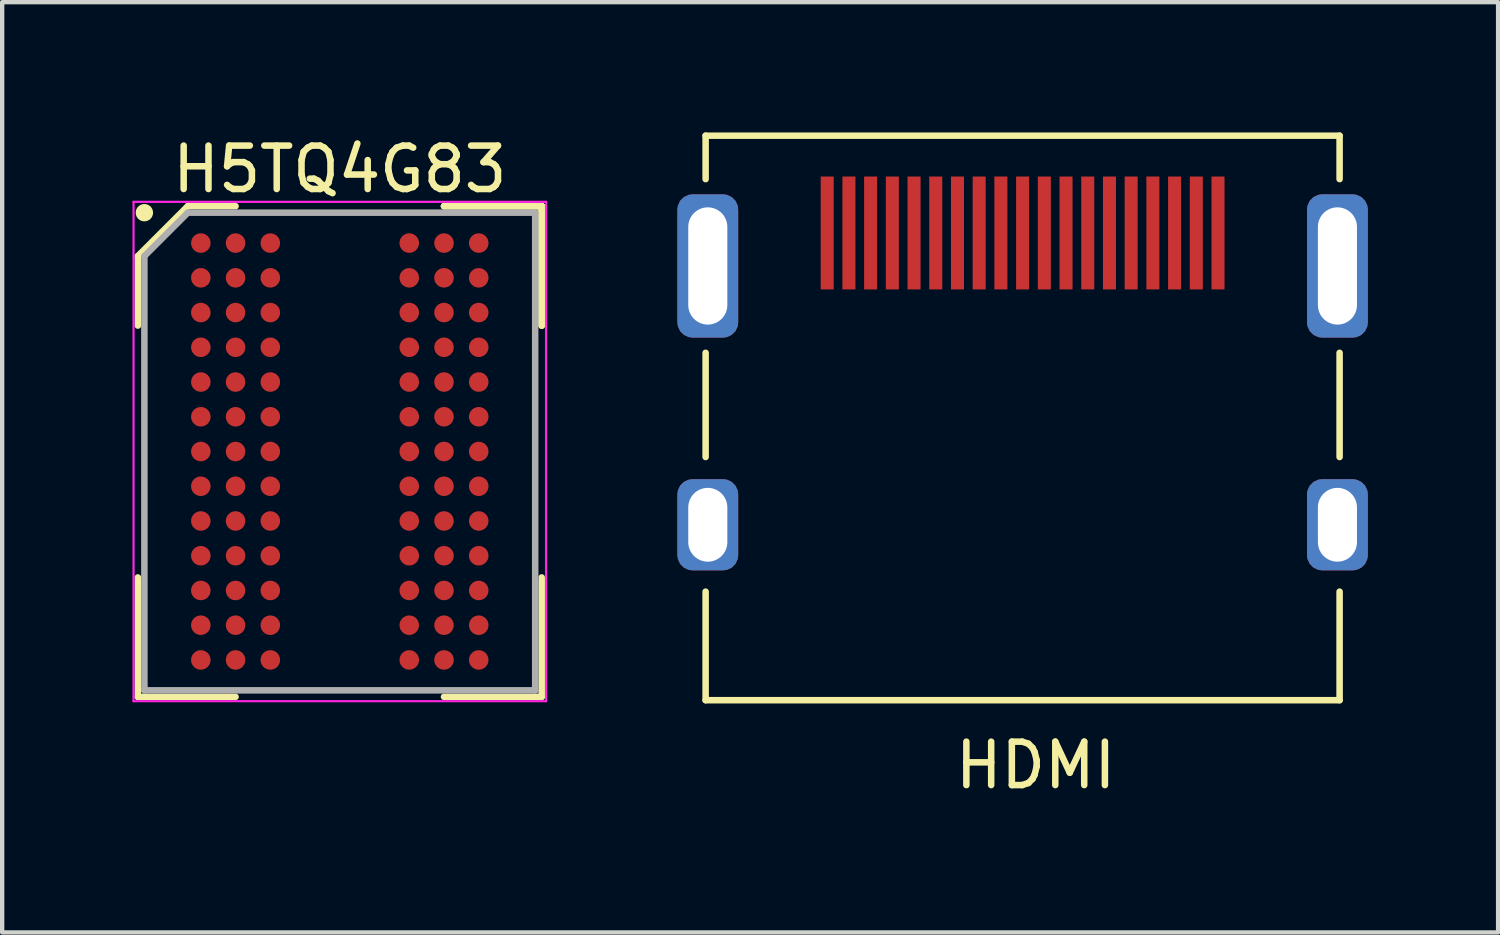
<source format=kicad_pcb>
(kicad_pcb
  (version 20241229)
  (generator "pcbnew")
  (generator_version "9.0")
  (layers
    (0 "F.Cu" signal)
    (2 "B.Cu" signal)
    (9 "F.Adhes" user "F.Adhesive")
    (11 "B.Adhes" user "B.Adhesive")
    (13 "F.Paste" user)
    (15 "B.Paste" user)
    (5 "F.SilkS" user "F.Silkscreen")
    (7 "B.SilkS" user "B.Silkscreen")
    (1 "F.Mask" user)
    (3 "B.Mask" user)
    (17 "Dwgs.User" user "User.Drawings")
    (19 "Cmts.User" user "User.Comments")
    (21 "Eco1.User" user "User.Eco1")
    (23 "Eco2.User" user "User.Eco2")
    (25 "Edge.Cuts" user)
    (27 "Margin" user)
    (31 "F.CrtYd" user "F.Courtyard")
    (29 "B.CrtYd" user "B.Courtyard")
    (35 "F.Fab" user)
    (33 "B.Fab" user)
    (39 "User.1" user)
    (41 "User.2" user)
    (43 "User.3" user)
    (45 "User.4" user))
  (footprint "H5TQ4G83"
    (layer "F.Cu")
    (at 4.775 7.348)
    (property "Reference" "H5TQ4G83" (at 0 -6.5 0) (layer "F.SilkS") (effects (font (size 1 1) (thickness 0.15))))
    (attr smd)
    (fp_line (start -4.65 -4.5) (end -4.65 -2.9) (stroke (width 0.15) (type solid)) (layer "F.SilkS"))
    (fp_line (start -4.65 5.65) (end -4.65 2.9) (stroke (width 0.15) (type solid)) (layer "F.SilkS"))
    (fp_line (start -3.5 -5.65) (end -4.65 -4.5) (stroke (width 0.15) (type solid)) (layer "F.SilkS"))
    (fp_line (start -2.4 -5.65) (end -3.5 -5.65) (stroke (width 0.15) (type solid)) (layer "F.SilkS"))
    (fp_line (start -2.4 5.65) (end -4.65 5.65) (stroke (width 0.15) (type solid)) (layer "F.SilkS"))
    (fp_line (start 2.4 -5.65) (end 4.65 -5.65) (stroke (width 0.15) (type solid)) (layer "F.SilkS"))
    (fp_line (start 2.4 -5.65) (end 4.65 -5.65) (stroke (width 0.15) (type solid)) (layer "F.SilkS"))
    (fp_line (start 2.4 -5.65) (end 4.65 -5.65) (stroke (width 0.15) (type solid)) (layer "F.SilkS"))
    (fp_line (start 2.4 5.65) (end 4.65 5.65) (stroke (width 0.15) (type solid)) (layer "F.SilkS"))
    (fp_line (start 4.65 -5.65) (end 4.65 -2.9) (stroke (width 0.15) (type solid)) (layer "F.SilkS"))
    (fp_line (start 4.65 -5.65) (end 4.65 -2.9) (stroke (width 0.15) (type solid)) (layer "F.SilkS"))
    (fp_line (start 4.65 -5.65) (end 4.65 -2.9) (stroke (width 0.15) (type solid)) (layer "F.SilkS"))
    (fp_line (start 4.65 5.65) (end 4.65 2.9) (stroke (width 0.15) (type solid)) (layer "F.SilkS"))
    (fp_circle (center -4.5 -5.5) (end -4.5 -5.4) (stroke (width 0.2) (type solid)) (fill no) (layer "F.SilkS"))
    (fp_line (start -4.75 -5.75) (end 4.75 -5.75) (stroke (width 0.05) (type solid)) (layer "F.CrtYd"))
    (fp_line (start -4.75 5.75) (end -4.75 -5.75) (stroke (width 0.05) (type solid)) (layer "F.CrtYd"))
    (fp_line (start 4.75 -5.75) (end 4.75 5.75) (stroke (width 0.05) (type solid)) (layer "F.CrtYd"))
    (fp_line (start 4.75 5.75) (end -4.75 5.75) (stroke (width 0.05) (type solid)) (layer "F.CrtYd"))
    (fp_line (start -4.5 -4.5) (end -4.5 5.5) (stroke (width 0.15) (type solid)) (layer "F.Fab"))
    (fp_line (start -4.5 5.5) (end 4.5 5.5) (stroke (width 0.15) (type solid)) (layer "F.Fab"))
    (fp_line (start -3.5 -5.5) (end -4.5 -4.5) (stroke (width 0.15) (type solid)) (layer "F.Fab"))
    (fp_line (start 4.5 -5.5) (end -3.5 -5.5) (stroke (width 0.15) (type solid)) (layer "F.Fab"))
    (fp_line (start 4.5 5.5) (end 4.5 -5.5) (stroke (width 0.15) (type solid)) (layer "F.Fab"))
    (pad "A1" smd circle (at -3.2 -4.8) (size 0.45 0.45) (layers "F.Cu" "F.Mask" "F.Paste"))
    (pad "A2" smd circle (at -2.4 -4.8) (size 0.45 0.45) (layers "F.Cu" "F.Mask" "F.Paste"))
    (pad "A3" smd circle (at -1.6 -4.8) (size 0.45 0.45) (layers "F.Cu" "F.Mask" "F.Paste"))
    (pad "A7" smd circle (at 1.6 -4.8) (size 0.45 0.45) (layers "F.Cu" "F.Mask" "F.Paste"))
    (pad "A8" smd circle (at 2.4 -4.8) (size 0.45 0.45) (layers "F.Cu" "F.Mask" "F.Paste"))
    (pad "A9" smd circle (at 3.2 -4.8) (size 0.45 0.45) (layers "F.Cu" "F.Mask" "F.Paste"))
    (pad "B1" smd circle (at -3.2 -4) (size 0.45 0.45) (layers "F.Cu" "F.Mask" "F.Paste"))
    (pad "B2" smd circle (at -2.4 -4) (size 0.45 0.45) (layers "F.Cu" "F.Mask" "F.Paste"))
    (pad "B3" smd circle (at -1.6 -4) (size 0.45 0.45) (layers "F.Cu" "F.Mask" "F.Paste"))
    (pad "B7" smd circle (at 1.6 -4) (size 0.45 0.45) (layers "F.Cu" "F.Mask" "F.Paste"))
    (pad "B8" smd circle (at 2.4 -4) (size 0.45 0.45) (layers "F.Cu" "F.Mask" "F.Paste"))
    (pad "B9" smd circle (at 3.2 -4) (size 0.45 0.45) (layers "F.Cu" "F.Mask" "F.Paste"))
    (pad "C1" smd circle (at -3.2 -3.2) (size 0.45 0.45) (layers "F.Cu" "F.Mask" "F.Paste"))
    (pad "C2" smd circle (at -2.4 -3.2) (size 0.45 0.45) (layers "F.Cu" "F.Mask" "F.Paste"))
    (pad "C3" smd circle (at -1.6 -3.2) (size 0.45 0.45) (layers "F.Cu" "F.Mask" "F.Paste"))
    (pad "C7" smd circle (at 1.6 -3.2) (size 0.45 0.45) (layers "F.Cu" "F.Mask" "F.Paste"))
    (pad "C8" smd circle (at 2.4 -3.2) (size 0.45 0.45) (layers "F.Cu" "F.Mask" "F.Paste"))
    (pad "C9" smd circle (at 3.2 -3.2) (size 0.45 0.45) (layers "F.Cu" "F.Mask" "F.Paste"))
    (pad "D1" smd circle (at -3.2 -2.4) (size 0.45 0.45) (layers "F.Cu" "F.Mask" "F.Paste"))
    (pad "D2" smd circle (at -2.4 -2.4) (size 0.45 0.45) (layers "F.Cu" "F.Mask" "F.Paste"))
    (pad "D3" smd circle (at -1.6 -2.4) (size 0.45 0.45) (layers "F.Cu" "F.Mask" "F.Paste"))
    (pad "D7" smd circle (at 1.6 -2.4) (size 0.45 0.45) (layers "F.Cu" "F.Mask" "F.Paste"))
    (pad "D8" smd circle (at 2.4 -2.4) (size 0.45 0.45) (layers "F.Cu" "F.Mask" "F.Paste"))
    (pad "D9" smd circle (at 3.2 -2.4) (size 0.45 0.45) (layers "F.Cu" "F.Mask" "F.Paste"))
    (pad "E1" smd circle (at -3.2 -1.6) (size 0.45 0.45) (layers "F.Cu" "F.Mask" "F.Paste"))
    (pad "E2" smd circle (at -2.4 -1.6) (size 0.45 0.45) (layers "F.Cu" "F.Mask" "F.Paste"))
    (pad "E3" smd circle (at -1.6 -1.6) (size 0.45 0.45) (layers "F.Cu" "F.Mask" "F.Paste"))
    (pad "E7" smd circle (at 1.6 -1.6) (size 0.45 0.45) (layers "F.Cu" "F.Mask" "F.Paste"))
    (pad "E8" smd circle (at 2.4 -1.6) (size 0.45 0.45) (layers "F.Cu" "F.Mask" "F.Paste"))
    (pad "E9" smd circle (at 3.2 -1.6) (size 0.45 0.45) (layers "F.Cu" "F.Mask" "F.Paste"))
    (pad "F1" smd circle (at -3.2 -0.8) (size 0.45 0.45) (layers "F.Cu" "F.Mask" "F.Paste"))
    (pad "F2" smd circle (at -2.4 -0.8) (size 0.45 0.45) (layers "F.Cu" "F.Mask" "F.Paste"))
    (pad "F3" smd circle (at -1.6 -0.8) (size 0.45 0.45) (layers "F.Cu" "F.Mask" "F.Paste"))
    (pad "F7" smd circle (at 1.6 -0.8) (size 0.45 0.45) (layers "F.Cu" "F.Mask" "F.Paste"))
    (pad "F8" smd circle (at 2.4 -0.8) (size 0.45 0.45) (layers "F.Cu" "F.Mask" "F.Paste"))
    (pad "F9" smd circle (at 3.2 -0.8) (size 0.45 0.45) (layers "F.Cu" "F.Mask" "F.Paste"))
    (pad "G1" smd circle (at -3.2 0) (size 0.45 0.45) (layers "F.Cu" "F.Mask" "F.Paste"))
    (pad "G2" smd circle (at -2.4 0) (size 0.45 0.45) (layers "F.Cu" "F.Mask" "F.Paste"))
    (pad "G3" smd circle (at -1.6 0) (size 0.45 0.45) (layers "F.Cu" "F.Mask" "F.Paste"))
    (pad "G7" smd circle (at 1.6 0) (size 0.45 0.45) (layers "F.Cu" "F.Mask" "F.Paste"))
    (pad "G8" smd circle (at 2.4 0) (size 0.45 0.45) (layers "F.Cu" "F.Mask" "F.Paste"))
    (pad "G9" smd circle (at 3.2 0) (size 0.45 0.45) (layers "F.Cu" "F.Mask" "F.Paste"))
    (pad "H1" smd circle (at -3.2 0.8) (size 0.45 0.45) (layers "F.Cu" "F.Mask" "F.Paste"))
    (pad "H2" smd circle (at -2.4 0.8) (size 0.45 0.45) (layers "F.Cu" "F.Mask" "F.Paste"))
    (pad "H3" smd circle (at -1.6 0.8) (size 0.45 0.45) (layers "F.Cu" "F.Mask" "F.Paste"))
    (pad "H7" smd circle (at 1.6 0.8) (size 0.45 0.45) (layers "F.Cu" "F.Mask" "F.Paste"))
    (pad "H8" smd circle (at 2.4 0.8) (size 0.45 0.45) (layers "F.Cu" "F.Mask" "F.Paste"))
    (pad "H9" smd circle (at 3.2 0.8) (size 0.45 0.45) (layers "F.Cu" "F.Mask" "F.Paste"))
    (pad "J1" smd circle (at -3.2 1.6) (size 0.45 0.45) (layers "F.Cu" "F.Mask" "F.Paste"))
    (pad "J2" smd circle (at -2.4 1.6) (size 0.45 0.45) (layers "F.Cu" "F.Mask" "F.Paste"))
    (pad "J3" smd circle (at -1.6 1.6) (size 0.45 0.45) (layers "F.Cu" "F.Mask" "F.Paste"))
    (pad "J7" smd circle (at 1.6 1.6) (size 0.45 0.45) (layers "F.Cu" "F.Mask" "F.Paste"))
    (pad "J8" smd circle (at 2.4 1.6) (size 0.45 0.45) (layers "F.Cu" "F.Mask" "F.Paste"))
    (pad "J9" smd circle (at 3.2 1.6) (size 0.45 0.45) (layers "F.Cu" "F.Mask" "F.Paste"))
    (pad "K1" smd circle (at -3.2 2.4) (size 0.45 0.45) (layers "F.Cu" "F.Mask" "F.Paste"))
    (pad "K2" smd circle (at -2.4 2.4) (size 0.45 0.45) (layers "F.Cu" "F.Mask" "F.Paste"))
    (pad "K3" smd circle (at -1.6 2.4) (size 0.45 0.45) (layers "F.Cu" "F.Mask" "F.Paste"))
    (pad "K7" smd circle (at 1.6 2.4) (size 0.45 0.45) (layers "F.Cu" "F.Mask" "F.Paste"))
    (pad "K8" smd circle (at 2.4 2.4) (size 0.45 0.45) (layers "F.Cu" "F.Mask" "F.Paste"))
    (pad "K9" smd circle (at 3.2 2.4) (size 0.45 0.45) (layers "F.Cu" "F.Mask" "F.Paste"))
    (pad "L1" smd circle (at -3.2 3.2) (size 0.45 0.45) (layers "F.Cu" "F.Mask" "F.Paste"))
    (pad "L2" smd circle (at -2.4 3.2) (size 0.45 0.45) (layers "F.Cu" "F.Mask" "F.Paste"))
    (pad "L3" smd circle (at -1.6 3.2) (size 0.45 0.45) (layers "F.Cu" "F.Mask" "F.Paste"))
    (pad "L7" smd circle (at 1.6 3.2) (size 0.45 0.45) (layers "F.Cu" "F.Mask" "F.Paste"))
    (pad "L8" smd circle (at 2.4 3.2) (size 0.45 0.45) (layers "F.Cu" "F.Mask" "F.Paste"))
    (pad "L9" smd circle (at 3.2 3.2) (size 0.45 0.45) (layers "F.Cu" "F.Mask" "F.Paste"))
    (pad "M1" smd circle (at -3.2 4) (size 0.45 0.45) (layers "F.Cu" "F.Mask" "F.Paste"))
    (pad "M2" smd circle (at -2.4 4) (size 0.45 0.45) (layers "F.Cu" "F.Mask" "F.Paste"))
    (pad "M3" smd circle (at -1.6 4) (size 0.45 0.45) (layers "F.Cu" "F.Mask" "F.Paste"))
    (pad "M7" smd circle (at 1.6 4) (size 0.45 0.45) (layers "F.Cu" "F.Mask" "F.Paste"))
    (pad "M8" smd circle (at 2.4 4) (size 0.45 0.45) (layers "F.Cu" "F.Mask" "F.Paste"))
    (pad "M9" smd circle (at 3.2 4) (size 0.45 0.45) (layers "F.Cu" "F.Mask" "F.Paste"))
    (pad "N1" smd circle (at -3.2 4.8) (size 0.45 0.45) (layers "F.Cu" "F.Mask" "F.Paste"))
    (pad "N2" smd circle (at -2.4 4.8) (size 0.45 0.45) (layers "F.Cu" "F.Mask" "F.Paste"))
    (pad "N3" smd circle (at -1.6 4.8) (size 0.45 0.45) (layers "F.Cu" "F.Mask" "F.Paste"))
    (pad "N7" smd circle (at 1.6 4.8) (size 0.45 0.45) (layers "F.Cu" "F.Mask" "F.Paste"))
    (pad "N8" smd circle (at 2.4 4.8) (size 0.45 0.45) (layers "F.Cu" "F.Mask" "F.Paste"))
    (pad "N9" smd circle (at 3.2 4.8) (size 0.45 0.45) (layers "F.Cu" "F.Mask" "F.Paste")))
  (footprint "HDMI"
    (layer "F.Cu")
    (at 20.5 3.075)
    (property "Reference" "HDMI" (at 0.3 11.5 0) (layer "F.SilkS") (effects (font (size 1 1) (thickness 0.15))))
    (attr through_hole)
    (fp_line (start -7.3 -3) (end 7.3 -3) (stroke (width 0.15) (type solid)) (layer "F.SilkS"))
    (fp_line (start -7.3 -2) (end -7.3 -3) (stroke (width 0.15) (type solid)) (layer "F.SilkS"))
    (fp_line (start -7.3 2) (end -7.3 4.4) (stroke (width 0.15) (type solid)) (layer "F.SilkS"))
    (fp_line (start -7.3 7.5) (end -7.3 10) (stroke (width 0.15) (type solid)) (layer "F.SilkS"))
    (fp_line (start -7.3 10) (end 7.3 10) (stroke (width 0.15) (type solid)) (layer "F.SilkS"))
    (fp_line (start 7.3 -3) (end 7.3 -2) (stroke (width 0.15) (type solid)) (layer "F.SilkS"))
    (fp_line (start 7.3 2) (end 7.3 4.4) (stroke (width 0.15) (type solid)) (layer "F.SilkS"))
    (fp_line (start 7.3 10) (end 7.3 7.5) (stroke (width 0.15) (type solid)) (layer "F.SilkS"))
    (pad "1" smd rect (at 4.5 -0.76) (size 0.3 2.6) (layers "F.Cu" "F.Mask" "F.Paste"))
    (pad "2" smd rect (at 4 -0.76) (size 0.3 2.6) (layers "F.Cu" "F.Mask" "F.Paste"))
    (pad "3" smd rect (at 3.5 -0.76) (size 0.3 2.6) (layers "F.Cu" "F.Mask" "F.Paste"))
    (pad "4" smd rect (at 3 -0.76) (size 0.3 2.6) (layers "F.Cu" "F.Mask" "F.Paste"))
    (pad "5" smd rect (at 2.5 -0.76) (size 0.3 2.6) (layers "F.Cu" "F.Mask" "F.Paste"))
    (pad "6" smd rect (at 2 -0.76) (size 0.3 2.6) (layers "F.Cu" "F.Mask" "F.Paste"))
    (pad "7" smd rect (at 1.5 -0.76) (size 0.3 2.6) (layers "F.Cu" "F.Mask" "F.Paste"))
    (pad "8" smd rect (at 1 -0.76) (size 0.3 2.6) (layers "F.Cu" "F.Mask" "F.Paste"))
    (pad "9" smd rect (at 0.5 -0.76) (size 0.3 2.6) (layers "F.Cu" "F.Mask" "F.Paste"))
    (pad "10" smd rect (at 0 -0.76) (size 0.3 2.6) (layers "F.Cu" "F.Mask" "F.Paste"))
    (pad "11" smd rect (at -0.5 -0.76) (size 0.3 2.6) (layers "F.Cu" "F.Mask" "F.Paste"))
    (pad "12" smd rect (at -1 -0.76) (size 0.3 2.6) (layers "F.Cu" "F.Mask" "F.Paste"))
    (pad "13" smd rect (at -1.5 -0.76) (size 0.3 2.6) (layers "F.Cu" "F.Mask" "F.Paste"))
    (pad "14" smd rect (at -2 -0.76) (size 0.3 2.6) (layers "F.Cu" "F.Mask" "F.Paste"))
    (pad "15" smd rect (at -2.5 -0.76) (size 0.3 2.6) (layers "F.Cu" "F.Mask" "F.Paste"))
    (pad "16" smd rect (at -3 -0.76) (size 0.3 2.6) (layers "F.Cu" "F.Mask" "F.Paste"))
    (pad "17" smd rect (at -3.5 -0.76) (size 0.3 2.6) (layers "F.Cu" "F.Mask" "F.Paste"))
    (pad "18" smd rect (at -4 -0.76) (size 0.3 2.6) (layers "F.Cu" "F.Mask" "F.Paste"))
    (pad "19" smd rect (at -4.5 -0.76) (size 0.3 2.6) (layers "F.Cu" "F.Mask" "F.Paste"))
    (pad "20" thru_hole roundrect (at -7.25 0) (size 1.4 3.3) (drill oval 0.9 2.7) (layers "*.Cu" "*.Mask") (roundrect_rratio 0.25))
    (pad "21" thru_hole roundrect (at -7.25 5.96) (size 1.4 2.1) (drill oval 0.9 1.7) (layers "*.Cu" "*.Mask") (roundrect_rratio 0.25))
    (pad "23" thru_hole roundrect (at 7.25 5.96) (size 1.4 2.1) (drill oval 0.9 1.7) (layers "*.Cu" "*.Mask") (roundrect_rratio 0.25))
    (pad "24" thru_hole roundrect (at 7.25 0) (size 1.4 3.3) (drill oval 0.9 2.7) (layers "*.Cu" "*.Mask") (roundrect_rratio 0.25)))
  (gr_rect
    (start -3 -3)
    (end 31.45 18.423)
    (stroke (width 0.1) (type default))
    (fill no)
    (layer "Edge.Cuts")))
</source>
